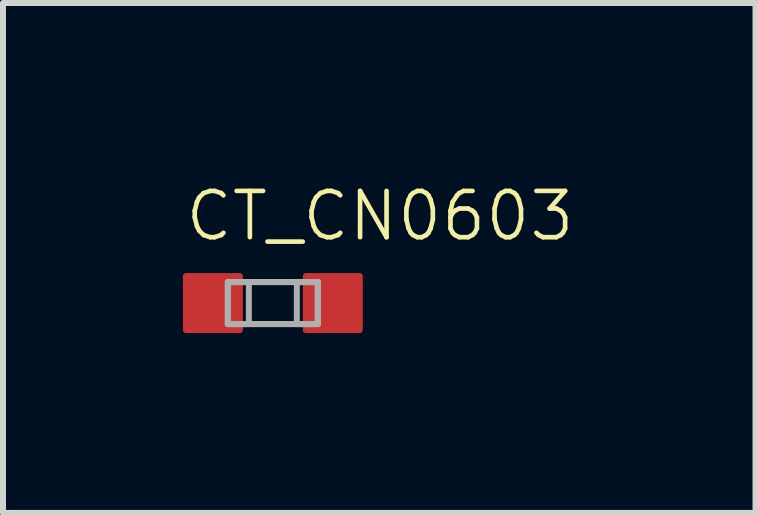
<source format=kicad_pcb>
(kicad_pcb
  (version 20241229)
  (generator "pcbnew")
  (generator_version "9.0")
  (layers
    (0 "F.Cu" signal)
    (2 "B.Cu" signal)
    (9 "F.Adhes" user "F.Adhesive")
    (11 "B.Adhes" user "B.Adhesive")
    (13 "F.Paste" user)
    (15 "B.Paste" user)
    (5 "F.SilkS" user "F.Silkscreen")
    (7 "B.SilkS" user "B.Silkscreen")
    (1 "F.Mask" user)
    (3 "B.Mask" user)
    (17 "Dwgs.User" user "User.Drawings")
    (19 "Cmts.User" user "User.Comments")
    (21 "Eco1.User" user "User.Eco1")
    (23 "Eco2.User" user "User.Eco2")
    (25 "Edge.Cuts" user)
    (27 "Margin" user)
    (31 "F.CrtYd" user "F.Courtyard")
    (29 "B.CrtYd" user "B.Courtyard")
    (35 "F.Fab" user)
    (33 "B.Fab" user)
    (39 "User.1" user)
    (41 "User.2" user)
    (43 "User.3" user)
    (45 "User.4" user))
  (footprint "CT_CN0603"
    (layer "F.Cu")
    (at 1.5 2.004)
    (property "Reference" "CT_CN0603" (at -1.5 -1 180) (layer "F.SilkS") (effects (font (size 0.772 0.772) (thickness 0.077)) (justify left bottom)))
    (attr through_hole)
    (fp_line (start -0.75 -0.35) (end 0.75 -0.35) (stroke (width 0.102) (type solid)) (layer "F.Fab"))
    (fp_line (start -0.75 0.35) (end -0.75 -0.35) (stroke (width 0.102) (type solid)) (layer "F.Fab"))
    (fp_line (start 0.75 -0.35) (end 0.75 0.35) (stroke (width 0.102) (type solid)) (layer "F.Fab"))
    (fp_line (start 0.75 0.35) (end -0.75 0.35) (stroke (width 0.102) (type solid)) (layer "F.Fab"))
    (fp_poly (pts (xy -0.75 0.35) (xy -0.4 0.35) (xy -0.4 -0.35) (xy -0.75 -0.35)) (stroke (width 0.1) (type solid)) (fill no) (layer "F.Fab"))
    (fp_poly (pts (xy 0.75 -0.35) (xy 0.4 -0.35) (xy 0.4 0.35) (xy 0.75 0.35)) (stroke (width 0.1) (type solid)) (fill no) (layer "F.Fab"))
    (pad "1" smd roundrect (at -1 0) (size 1 1) (layers "F.Cu" "F.Mask" "F.Paste") (roundrect_rratio 0.051))
    (pad "2" smd roundrect (at 1 0) (size 1 1) (layers "F.Cu" "F.Mask" "F.Paste") (roundrect_rratio 0.051)))
  (gr_rect
    (start -3 -3)
    (end 9.549 5.504)
    (stroke (width 0.1) (type default))
    (fill no)
    (layer "Edge.Cuts")))
</source>
